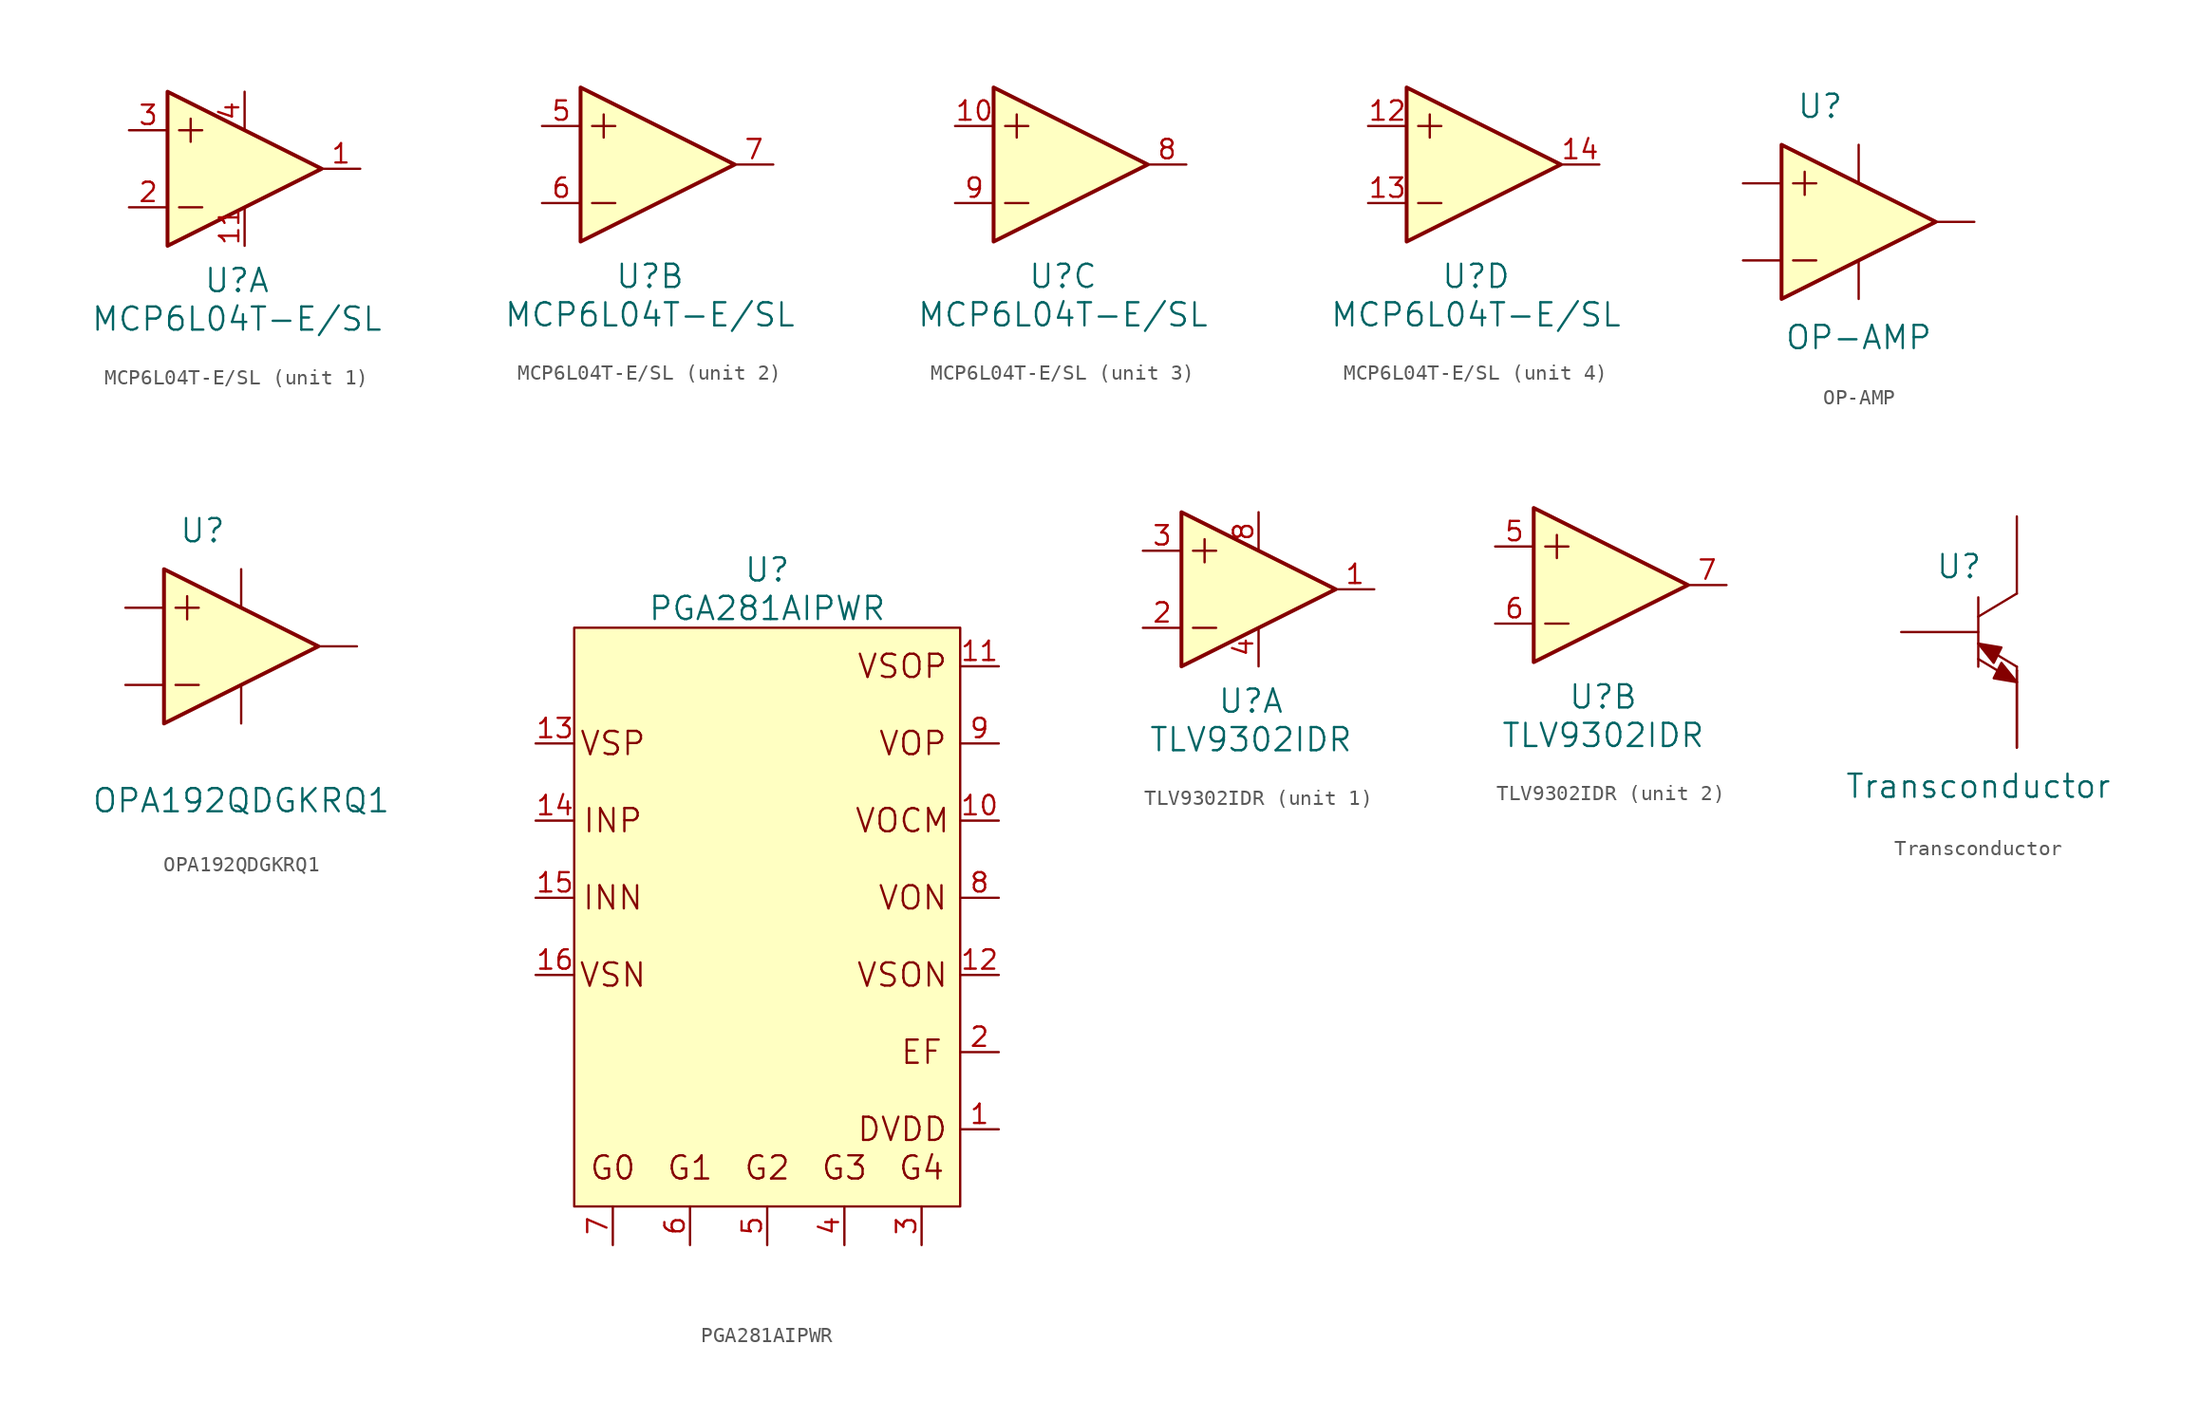
<source format=kicad_sym>
(kicad_symbol_lib
  (version 20241209)
  (generator "kicad_symbol_editor")
  (generator_version "9.0")
  (symbol "MCP6L04T-E/SL"
    (pin_names
      (offset 0.254))
    (property "Reference" "U"
      (at 0.762 -7.366 0)
      (effects (font (size 1.524 1.524))))
    (property "Value" "MCP6L04T-E/SL"
      (at 0.762 -9.906 0)
      (effects (font (size 1.524 1.524))))
    (property "ki_locked" ""
      (at 0 0 0)
      (effects (font (size 1.27 1.27))))
    (symbol "MCP6L04T-E/SL_0_1"
      (polyline (pts (xy -3.81 5.08) (xy -3.81 -5.08) (xy 6.35 0) (xy -3.81 5.08)) (stroke (width 0.254) (type default)) (fill (type background)))
      (polyline (pts (xy -3.048 2.54) (xy -1.524 2.54)) (stroke (width 0) (type default)) (fill (type none)))
      (polyline (pts (xy -3.048 -2.54) (xy -1.524 -2.54)) (stroke (width 0) (type default)) (fill (type none)))
      (polyline (pts (xy -2.286 3.302) (xy -2.286 1.778)) (stroke (width 0) (type default)) (fill (type none))))
    (symbol "MCP6L04T-E/SL_1_1"
      (pin input line (at -6.35 2.54 0) (length 2.54) (name "" (effects (font (size 1.27 1.27)))) (number "3" (effects (font (size 1.27 1.27)))))
      (pin input line (at -6.35 -2.54 0) (length 2.54) (name "" (effects (font (size 1.27 1.27)))) (number "2" (effects (font (size 1.27 1.27)))))
      (pin power_in line (at 1.27 5.08 270) (length 2.54) (name "" (effects (font (size 1.27 1.27)))) (number "4" (effects (font (size 1.27 1.27)))))
      (pin power_in line (at 1.27 -5.08 90) (length 2.54) (name "" (effects (font (size 1.27 1.27)))) (number "11" (effects (font (size 1.27 1.27)))))
      (pin output line (at 8.89 0 180) (length 2.54) (name "" (effects (font (size 1.27 1.27)))) (number "1" (effects (font (size 1.27 1.27))))))
    (symbol "MCP6L04T-E/SL_2_1"
      (pin input line (at -6.35 2.54 0) (length 2.54) (name "" (effects (font (size 1.27 1.27)))) (number "5" (effects (font (size 1.27 1.27)))))
      (pin input line (at -6.35 -2.54 0) (length 2.54) (name "" (effects (font (size 1.27 1.27)))) (number "6" (effects (font (size 1.27 1.27)))))
      (pin output line (at 8.89 0 180) (length 2.54) (name "" (effects (font (size 1.27 1.27)))) (number "7" (effects (font (size 1.27 1.27))))))
    (symbol "MCP6L04T-E/SL_3_1"
      (pin input line (at -6.35 2.54 0) (length 2.54) (name "" (effects (font (size 1.27 1.27)))) (number "10" (effects (font (size 1.27 1.27)))))
      (pin input line (at -6.35 -2.54 0) (length 2.54) (name "" (effects (font (size 1.27 1.27)))) (number "9" (effects (font (size 1.27 1.27)))))
      (pin output line (at 8.89 0 180) (length 2.54) (name "" (effects (font (size 1.27 1.27)))) (number "8" (effects (font (size 1.27 1.27))))))
    (symbol "MCP6L04T-E/SL_4_1"
      (pin input line (at -6.35 2.54 0) (length 2.54) (name "" (effects (font (size 1.27 1.27)))) (number "12" (effects (font (size 1.27 1.27)))))
      (pin input line (at -6.35 -2.54 0) (length 2.54) (name "" (effects (font (size 1.27 1.27)))) (number "13" (effects (font (size 1.27 1.27)))))
      (pin output line (at 8.89 0 180) (length 2.54) (name "" (effects (font (size 1.27 1.27)))) (number "14" (effects (font (size 1.27 1.27)))))))
  (symbol "OP-AMP"
    (pin_numbers
      (hide yes))
    (pin_names
      (offset 0)
      (hide yes))
    (property "Reference" "U"
      (at -2.54 7.62 0)
      (effects (font (size 1.524 1.524))))
    (property "Value" "OP-AMP"
      (at 0 -7.62 0)
      (effects (font (size 1.524 1.524))))
    (symbol "OP-AMP_0_1"
      (polyline (pts (xy -5.08 5.08) (xy -5.08 -5.08) (xy 5.08 0) (xy -5.08 5.08)) (stroke (width 0.254) (type default)) (fill (type background)))
      (polyline (pts (xy -4.318 2.54) (xy -2.794 2.54)) (stroke (width 0) (type default)) (fill (type none)))
      (polyline (pts (xy -4.318 -2.54) (xy -2.794 -2.54)) (stroke (width 0) (type default)) (fill (type none)))
      (polyline (pts (xy -3.556 3.302) (xy -3.556 1.778)) (stroke (width 0) (type default)) (fill (type none))))
    (symbol "OP-AMP_1_1"
      (pin input line (at -7.62 2.54 0) (length 2.54) (name "+Input" (effects (font (size 1.27 1.27)))) (number "~" (effects (font (size 1.27 1.27)))))
      (pin input line (at -7.62 -2.54 0) (length 2.54) (name "-Input" (effects (font (size 1.27 1.27)))) (number "~" (effects (font (size 1.27 1.27)))))
      (pin input line (at 0 5.08 270) (length 2.54) (name "Vs+" (effects (font (size 1.27 1.27)))) (number "~" (effects (font (size 1.27 1.27)))))
      (pin input line (at 0 -5.08 90) (length 2.54) (name "Vs-" (effects (font (size 1.27 1.27)))) (number "~" (effects (font (size 1.27 1.27)))))
      (pin input line (at 7.62 0 180) (length 2.54) (name "Output" (effects (font (size 1.27 1.27)))) (number "~" (effects (font (size 1.27 1.27)))))))
  (symbol "OPA192QDGKRQ1"
    (pin_numbers
      (hide yes))
    (pin_names
      (offset 0)
      (hide yes))
    (property "Reference" "U"
      (at -2.54 7.62 0)
      (effects (font (size 1.524 1.524))))
    (property "Value" "OPA192QDGKRQ1"
      (at 0 -10.16 0)
      (effects (font (size 1.524 1.524))))
    (symbol "OPA192QDGKRQ1_0_1"
      (polyline (pts (xy -5.08 5.08) (xy -5.08 -5.08) (xy 5.08 0) (xy -5.08 5.08)) (stroke (width 0.254) (type default)) (fill (type background)))
      (polyline (pts (xy -4.318 2.54) (xy -2.794 2.54)) (stroke (width 0) (type default)) (fill (type none)))
      (polyline (pts (xy -4.318 -2.54) (xy -2.794 -2.54)) (stroke (width 0) (type default)) (fill (type none)))
      (polyline (pts (xy -3.556 3.302) (xy -3.556 1.778)) (stroke (width 0) (type default)) (fill (type none))))
    (symbol "OPA192QDGKRQ1_1_1"
      (pin passive line (at -7.62 2.54 0) (length 2.54) (name "+Input" (effects (font (size 1.27 1.27)))) (number "3" (effects (font (size 1.27 1.27)))))
      (pin passive line (at -7.62 -2.54 0) (length 2.54) (name "-Input" (effects (font (size 1.27 1.27)))) (number "2" (effects (font (size 1.27 1.27)))))
      (pin input line (at 0 5.08 270) (length 2.54) (name "VCC" (effects (font (size 1.27 1.27)))) (number "7" (effects (font (size 1.27 1.27)))))
      (pin input line (at 0 -5.08 90) (length 2.54) (name "VDD" (effects (font (size 1.27 1.27)))) (number "4" (effects (font (size 1.27 1.27)))))
      (pin input line (at 7.62 0 180) (length 2.54) (name "Output" (effects (font (size 1.27 1.27)))) (number "6" (effects (font (size 1.27 1.27)))))))
  (symbol "PGA281AIPWR"
    (pin_names
      (offset 0)
      (hide yes))
    (property "Reference" "U"
      (at 0 19.05 0)
      (effects (font (size 1.524 1.524))))
    (property "Value" "PGA281AIPWR"
      (at 0 16.51 0)
      (effects (font (size 1.524 1.524))))
    (symbol "PGA281AIPWR_0_0"
      (rectangle (start -12.7 15.24) (end 12.7 -22.86) (stroke (width 0) (type default)) (fill (type background)))
      (text "VSP" (at -10.16 7.62 0) (effects (font (size 1.524 1.524))))
      (text "INP" (at -10.16 2.54 0) (effects (font (size 1.524 1.524))))
      (text "INN" (at -10.16 -2.54 0) (effects (font (size 1.524 1.524))))
      (text "VSN" (at -10.16 -7.62 0) (effects (font (size 1.524 1.524))))
      (text "G0" (at -10.16 -20.32 0) (effects (font (size 1.524 1.524))))
      (text "G1" (at -5.08 -20.32 0) (effects (font (size 1.524 1.524))))
      (text "G2" (at 0 -20.32 0) (effects (font (size 1.524 1.524))))
      (text "G3" (at 5.08 -20.32 0) (effects (font (size 1.524 1.524))))
      (text "VSOP" (at 8.89 12.7 0) (effects (font (size 1.524 1.524))))
      (text "VOCM" (at 8.89 2.54 0) (effects (font (size 1.524 1.524))))
      (text "VSON" (at 8.89 -7.62 0) (effects (font (size 1.524 1.524))))
      (text "DVDD" (at 8.89 -17.78 0) (effects (font (size 1.524 1.524))))
      (text "VOP " (at 10.16 7.62 0) (effects (font (size 1.524 1.524))))
      (text "VON " (at 10.16 -2.54 0) (effects (font (size 1.524 1.524))))
      (text "EF" (at 10.16 -12.7 0) (effects (font (size 1.524 1.524))))
      (text "G4" (at 10.16 -20.32 0) (effects (font (size 1.524 1.524)))))
    (symbol "PGA281AIPWR_1_1"
      (pin input line (at -15.24 7.62 0) (length 2.54) (name "VSP" (effects (font (size 1.27 1.27)))) (number "13" (effects (font (size 1.27 1.27)))))
      (pin input line (at -15.24 2.54 0) (length 2.54) (name "INP" (effects (font (size 1.27 1.27)))) (number "14" (effects (font (size 1.27 1.27)))))
      (pin input line (at -15.24 -2.54 0) (length 2.54) (name "INN" (effects (font (size 1.27 1.27)))) (number "15" (effects (font (size 1.27 1.27)))))
      (pin input line (at -15.24 -7.62 0) (length 2.54) (name "VSN" (effects (font (size 1.27 1.27)))) (number "16" (effects (font (size 1.27 1.27)))))
      (pin input line (at -10.16 -25.4 90) (length 2.54) (name "G0" (effects (font (size 1.27 1.27)))) (number "7" (effects (font (size 1.27 1.27)))))
      (pin input line (at -5.08 -25.4 90) (length 2.54) (name "G1" (effects (font (size 1.27 1.27)))) (number "6" (effects (font (size 1.27 1.27)))))
      (pin input line (at 0 -25.4 90) (length 2.54) (name "G2" (effects (font (size 1.27 1.27)))) (number "5" (effects (font (size 1.27 1.27)))))
      (pin input line (at 5.08 -25.4 90) (length 2.54) (name "G3" (effects (font (size 1.27 1.27)))) (number "4" (effects (font (size 1.27 1.27)))))
      (pin input line (at 10.16 -25.4 90) (length 2.54) (name "G4" (effects (font (size 1.27 1.27)))) (number "3" (effects (font (size 1.27 1.27)))))
      (pin input line (at 15.24 12.7 180) (length 2.54) (name "VSOP" (effects (font (size 1.27 1.27)))) (number "11" (effects (font (size 1.27 1.27)))))
      (pin input line (at 15.24 7.62 180) (length 2.54) (name "VOP" (effects (font (size 1.27 1.27)))) (number "9" (effects (font (size 1.27 1.27)))))
      (pin input line (at 15.24 2.54 180) (length 2.54) (name "VOCM" (effects (font (size 1.27 1.27)))) (number "10" (effects (font (size 1.27 1.27)))))
      (pin input line (at 15.24 -2.54 180) (length 2.54) (name "VON" (effects (font (size 1.27 1.27)))) (number "8" (effects (font (size 1.27 1.27)))))
      (pin input line (at 15.24 -7.62 180) (length 2.54) (name "VSON" (effects (font (size 1.27 1.27)))) (number "12" (effects (font (size 1.27 1.27)))))
      (pin input line (at 15.24 -12.7 180) (length 2.54) (name "EF" (effects (font (size 1.27 1.27)))) (number "2" (effects (font (size 1.27 1.27)))))
      (pin input line (at 15.24 -17.78 180) (length 2.54) (name "DVDD" (effects (font (size 1.27 1.27)))) (number "1" (effects (font (size 1.27 1.27)))))))
  (symbol "TLV9302IDR"
    (pin_names
      (offset 0.254))
    (property "Reference" "U"
      (at 0.762 -7.366 0)
      (effects (font (size 1.524 1.524))))
    (property "Value" "TLV9302IDR"
      (at 0.762 -9.906 0)
      (effects (font (size 1.524 1.524))))
    (property "ki_locked" ""
      (at 0 0 0)
      (effects (font (size 1.27 1.27))))
    (symbol "TLV9302IDR_0_1"
      (polyline (pts (xy -3.81 5.08) (xy -3.81 -5.08) (xy 6.35 0) (xy -3.81 5.08)) (stroke (width 0.254) (type default)) (fill (type background)))
      (polyline (pts (xy -3.048 2.54) (xy -1.524 2.54)) (stroke (width 0) (type default)) (fill (type none)))
      (polyline (pts (xy -3.048 -2.54) (xy -1.524 -2.54)) (stroke (width 0) (type default)) (fill (type none)))
      (polyline (pts (xy -2.286 3.302) (xy -2.286 1.778)) (stroke (width 0) (type default)) (fill (type none))))
    (symbol "TLV9302IDR_1_1"
      (pin input line (at -6.35 2.54 0) (length 2.54) (name "" (effects (font (size 1.27 1.27)))) (number "3" (effects (font (size 1.27 1.27)))))
      (pin input line (at -6.35 -2.54 0) (length 2.54) (name "" (effects (font (size 1.27 1.27)))) (number "2" (effects (font (size 1.27 1.27)))))
      (pin power_in line (at 1.27 5.08 270) (length 2.54) (name "" (effects (font (size 1.27 1.27)))) (number "8" (effects (font (size 1.27 1.27)))))
      (pin power_in line (at 1.27 -5.08 90) (length 2.54) (name "" (effects (font (size 1.27 1.27)))) (number "4" (effects (font (size 1.27 1.27)))))
      (pin output line (at 8.89 0 180) (length 2.54) (name "" (effects (font (size 1.27 1.27)))) (number "1" (effects (font (size 1.27 1.27))))))
    (symbol "TLV9302IDR_2_1"
      (pin input line (at -6.35 2.54 0) (length 2.54) (name "" (effects (font (size 1.27 1.27)))) (number "5" (effects (font (size 1.27 1.27)))))
      (pin input line (at -6.35 -2.54 0) (length 2.54) (name "" (effects (font (size 1.27 1.27)))) (number "6" (effects (font (size 1.27 1.27)))))
      (pin output line (at 8.89 0 180) (length 2.54) (name "" (effects (font (size 1.27 1.27)))) (number "7" (effects (font (size 1.27 1.27)))))))
  (symbol "Transconductor"
    (pin_numbers
      (hide yes))
    (pin_names
      (offset 0)
      (hide yes))
    (property "Reference" "U"
      (at -1.27 4.318 0)
      (effects (font (size 1.524 1.524))))
    (property "Value" "Transconductor"
      (at 0 -10.16 0)
      (effects (font (size 1.524 1.524))))
    (symbol "Transconductor_0_1"
      (polyline (pts (xy 0 2.286) (xy 0 -2.286)) (stroke (width 0) (type default)) (fill (type none)))
      (polyline (pts (xy 0 -0.762) (xy 2.54 -2.286)) (stroke (width 0) (type default)) (fill (type none)))
      (polyline (pts (xy 0 -0.762) (xy 1.016 -2.032) (xy 1.524 -1.016) (xy 0 -0.762)) (stroke (width 0) (type default)) (fill (type outline)))
      (polyline (pts (xy 2.54 2.54) (xy 0 1.016)) (stroke (width 0) (type default)) (fill (type none)))
      (polyline (pts (xy 2.54 -2.54) (xy 2.54 -2.286)) (stroke (width 0) (type default)) (fill (type none)))
      (polyline (pts (xy 2.54 -3.302) (xy 0 -1.778)) (stroke (width 0) (type default)) (fill (type none)))
      (polyline (pts (xy 2.54 -3.302) (xy 1.524 -2.032) (xy 1.016 -3.048) (xy 2.54 -3.302)) (stroke (width 0) (type default)) (fill (type outline))))
    (symbol "Transconductor_1_1"
      (pin input line (at -5.08 0 0) (length 5.08) (name "B" (effects (font (size 1.27 1.27)))) (number "~" (effects (font (size 1.27 1.27)))))
      (pin input line (at 2.54 7.62 270) (length 5.08) (name "C" (effects (font (size 1.27 1.27)))) (number "~" (effects (font (size 1.27 1.27)))))
      (pin input line (at 2.54 -7.62 90) (length 5.08) (name "E" (effects (font (size 1.27 1.27)))) (number "~" (effects (font (size 1.27 1.27)))))
      (pin input line (at 2.54 -7.62 90) (length 5.08) (name "E" (effects (font (size 1.27 1.27)))) (number "~" (effects (font (size 1.27 1.27))))))))
</source>
